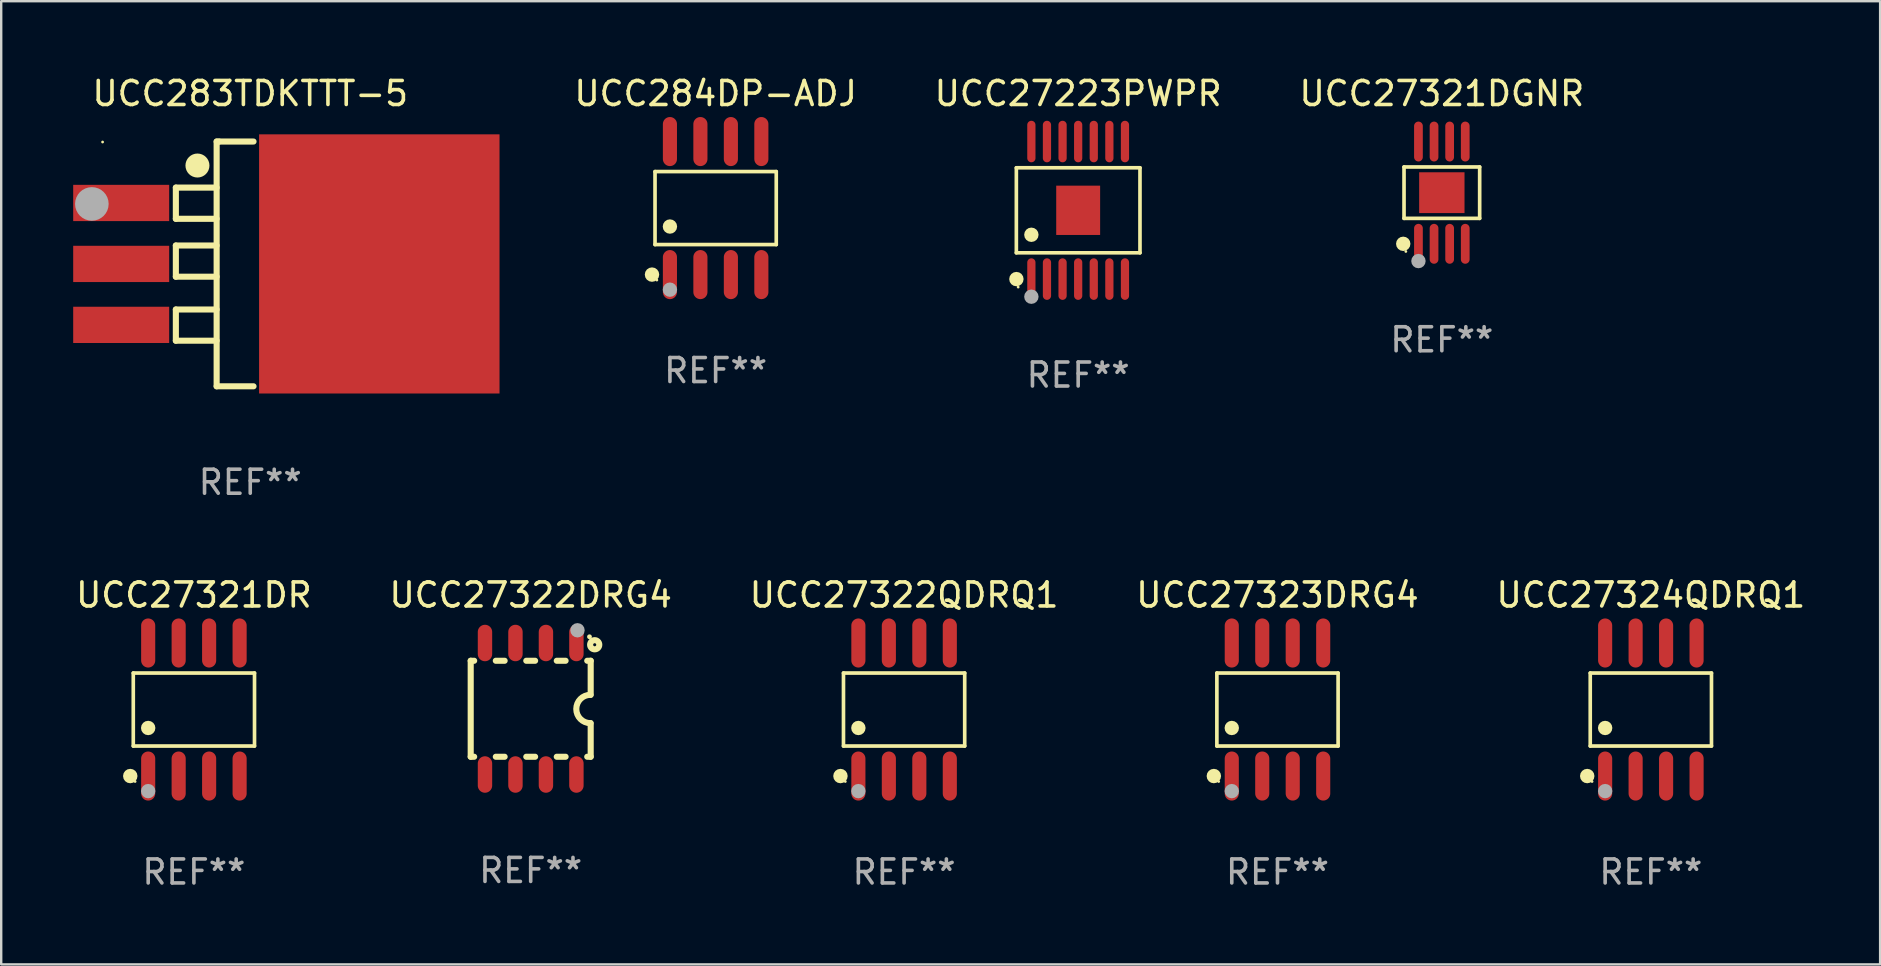
<source format=kicad_pcb>
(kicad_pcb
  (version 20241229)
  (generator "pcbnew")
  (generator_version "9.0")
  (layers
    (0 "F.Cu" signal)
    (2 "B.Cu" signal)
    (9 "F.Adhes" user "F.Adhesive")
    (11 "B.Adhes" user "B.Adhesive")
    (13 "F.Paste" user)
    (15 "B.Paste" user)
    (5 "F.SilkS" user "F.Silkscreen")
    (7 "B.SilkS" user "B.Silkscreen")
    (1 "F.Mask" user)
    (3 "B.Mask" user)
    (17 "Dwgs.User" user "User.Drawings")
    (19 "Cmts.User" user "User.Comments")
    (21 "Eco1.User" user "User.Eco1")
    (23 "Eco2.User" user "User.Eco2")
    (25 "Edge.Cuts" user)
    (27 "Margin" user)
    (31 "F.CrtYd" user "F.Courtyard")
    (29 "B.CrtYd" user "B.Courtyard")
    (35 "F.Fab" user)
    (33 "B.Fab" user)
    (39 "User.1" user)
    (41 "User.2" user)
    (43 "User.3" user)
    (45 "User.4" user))
  (footprint "UCC27323DRG4"
    (layer "F.Cu")
    (at 50.185 26.517)
    (property "Reference" "UCC27323DRG4" (at 0 -4.772 0) (layer "F.SilkS") (effects (font (size 1 1) (thickness 0.15))))
    (attr through_hole)
    (fp_line (start -2.526 -1.521) (end 2.526 -1.521) (stroke (width 0.152) (type solid)) (layer "F.SilkS"))
    (fp_line (start -2.526 1.521) (end -2.526 -1.521) (stroke (width 0.152) (type solid)) (layer "F.SilkS"))
    (fp_line (start 2.526 -1.521) (end 2.526 1.521) (stroke (width 0.152) (type solid)) (layer "F.SilkS"))
    (fp_line (start 2.526 1.521) (end -2.526 1.521) (stroke (width 0.152) (type solid)) (layer "F.SilkS"))
    (fp_circle (center -2.652 2.772) (end -2.501 2.772) (stroke (width 0.3) (type solid)) (fill no) (layer "F.SilkS"))
    (fp_circle (center -2.45 3) (end -2.42 3) (stroke (width 0.06) (type solid)) (fill no) (layer "F.SilkS"))
    (fp_circle (center -1.905 0.769) (end -1.755 0.769) (stroke (width 0.3) (type solid)) (fill no) (layer "F.SilkS"))
    (fp_circle (center -1.905 3.4) (end -1.755 3.4) (stroke (width 0.3) (type solid)) (fill no) (layer "F.Fab"))
    (fp_text user "REF**" (at 0 6.772 0) (layer "F.Fab") (effects (font (size 1 1) (thickness 0.15))))
    (pad "1" smd oval (at -1.905 2.772) (size 0.588 2.045) (layers "F.Cu" "F.Mask" "F.Paste"))
    (pad "2" smd oval (at -0.635 2.772) (size 0.588 2.045) (layers "F.Cu" "F.Mask" "F.Paste"))
    (pad "3" smd oval (at 0.635 2.772) (size 0.588 2.045) (layers "F.Cu" "F.Mask" "F.Paste"))
    (pad "4" smd oval (at 1.905 2.772) (size 0.588 2.045) (layers "F.Cu" "F.Mask" "F.Paste"))
    (pad "5" smd oval (at 1.905 -2.772) (size 0.588 2.045) (layers "F.Cu" "F.Mask" "F.Paste"))
    (pad "6" smd oval (at 0.635 -2.772) (size 0.588 2.045) (layers "F.Cu" "F.Mask" "F.Paste"))
    (pad "7" smd oval (at -0.635 -2.772) (size 0.588 2.045) (layers "F.Cu" "F.Mask" "F.Paste"))
    (pad "8" smd oval (at -1.905 -2.772) (size 0.588 2.045) (layers "F.Cu" "F.Mask" "F.Paste")))
  (footprint "UCC284DP-ADJ"
    (layer "F.Cu")
    (at 26.772 5.621)
    (property "Reference" "UCC284DP-ADJ" (at 0 -4.772 0) (layer "F.SilkS") (effects (font (size 1 1) (thickness 0.15))))
    (attr through_hole)
    (fp_line (start -2.526 -1.521) (end 2.526 -1.521) (stroke (width 0.152) (type solid)) (layer "F.SilkS"))
    (fp_line (start -2.526 1.521) (end -2.526 -1.521) (stroke (width 0.152) (type solid)) (layer "F.SilkS"))
    (fp_line (start 2.526 -1.521) (end 2.526 1.521) (stroke (width 0.152) (type solid)) (layer "F.SilkS"))
    (fp_line (start 2.526 1.521) (end -2.526 1.521) (stroke (width 0.152) (type solid)) (layer "F.SilkS"))
    (fp_circle (center -2.652 2.772) (end -2.501 2.772) (stroke (width 0.3) (type solid)) (fill no) (layer "F.SilkS"))
    (fp_circle (center -2.45 3) (end -2.42 3) (stroke (width 0.06) (type solid)) (fill no) (layer "F.SilkS"))
    (fp_circle (center -1.905 0.769) (end -1.755 0.769) (stroke (width 0.3) (type solid)) (fill no) (layer "F.SilkS"))
    (fp_circle (center -1.905 3.4) (end -1.755 3.4) (stroke (width 0.3) (type solid)) (fill no) (layer "F.Fab"))
    (fp_text user "REF**" (at 0 6.772 0) (layer "F.Fab") (effects (font (size 1 1) (thickness 0.15))))
    (pad "1" smd oval (at -1.905 2.772) (size 0.588 2.045) (layers "F.Cu" "F.Mask" "F.Paste"))
    (pad "2" smd oval (at -0.635 2.772) (size 0.588 2.045) (layers "F.Cu" "F.Mask" "F.Paste"))
    (pad "3" smd oval (at 0.635 2.772) (size 0.588 2.045) (layers "F.Cu" "F.Mask" "F.Paste"))
    (pad "4" smd oval (at 1.905 2.772) (size 0.588 2.045) (layers "F.Cu" "F.Mask" "F.Paste"))
    (pad "5" smd oval (at 1.905 -2.772) (size 0.588 2.045) (layers "F.Cu" "F.Mask" "F.Paste"))
    (pad "6" smd oval (at 0.635 -2.772) (size 0.588 2.045) (layers "F.Cu" "F.Mask" "F.Paste"))
    (pad "7" smd oval (at -0.635 -2.772) (size 0.588 2.045) (layers "F.Cu" "F.Mask" "F.Paste"))
    (pad "8" smd oval (at -1.905 -2.772) (size 0.588 2.045) (layers "F.Cu" "F.Mask" "F.Paste")))
  (footprint "UCC27322DRG4"
    (layer "F.Cu")
    (at 19.065 26.485)
    (property "Reference" "UCC27322DRG4" (at 0 -4.74 0) (layer "F.SilkS") (effects (font (size 1 1) (thickness 0.15))))
    (attr through_hole)
    (fp_line (start -2.5 2) (end -2.5 -2) (stroke (width 0.254) (type solid)) (layer "F.SilkS"))
    (fp_line (start -2.356 -2) (end -2.5 -2) (stroke (width 0.254) (type solid)) (layer "F.SilkS"))
    (fp_line (start -2.356 2) (end -2.5 2) (stroke (width 0.254) (type solid)) (layer "F.SilkS"))
    (fp_line (start -1.086 -2) (end -1.454 -2) (stroke (width 0.254) (type solid)) (layer "F.SilkS"))
    (fp_line (start -1.086 2) (end -1.454 2) (stroke (width 0.254) (type solid)) (layer "F.SilkS"))
    (fp_line (start 0.184 -2) (end -0.184 -2) (stroke (width 0.254) (type solid)) (layer "F.SilkS"))
    (fp_line (start 0.184 2) (end -0.184 2) (stroke (width 0.254) (type solid)) (layer "F.SilkS"))
    (fp_line (start 1.454 -2) (end 1.086 -2) (stroke (width 0.254) (type solid)) (layer "F.SilkS"))
    (fp_line (start 1.454 2) (end 1.086 2) (stroke (width 0.254) (type solid)) (layer "F.SilkS"))
    (fp_line (start 2.5 -2) (end 2.356 -2) (stroke (width 0.254) (type solid)) (layer "F.SilkS"))
    (fp_line (start 2.5 -0.58) (end 2.5 -2) (stroke (width 0.254) (type solid)) (layer "F.SilkS"))
    (fp_line (start 2.5 2) (end 2.356 2) (stroke (width 0.254) (type solid)) (layer "F.SilkS"))
    (fp_line (start 2.5 2) (end 2.5 0.6) (stroke (width 0.254) (type solid)) (layer "F.SilkS"))
    (fp_arc (start 2.489992 0.600051) (mid 1.901674 0.010046) (end 2.489992 -0.579959) (stroke (width 0.254001) (type solid)) (layer "F.SilkS"))
    (fp_circle (center 2.45 -3) (end 2.5 -3) (stroke (width 0.1) (type solid)) (fill no) (layer "F.SilkS"))
    (fp_circle (center 2.667 -2.667) (end 2.858 -2.667) (stroke (width 0.254) (type solid)) (fill no) (layer "F.SilkS"))
    (fp_circle (center 1.95 -3.27) (end 2.1 -3.27) (stroke (width 0.3) (type solid)) (fill no) (layer "F.Fab"))
    (fp_text user "REF**" (at 0 6.74 0) (layer "F.Fab") (effects (font (size 1 1) (thickness 0.15))))
    (pad "1" smd oval (at 1.905 -2.74) (size 0.6 1.52) (layers "F.Cu" "F.Mask" "F.Paste"))
    (pad "2" smd oval (at 0.635 -2.74) (size 0.6 1.52) (layers "F.Cu" "F.Mask" "F.Paste"))
    (pad "3" smd oval (at -0.635 -2.74) (size 0.6 1.52) (layers "F.Cu" "F.Mask" "F.Paste"))
    (pad "4" smd oval (at -1.905 -2.74) (size 0.6 1.52) (layers "F.Cu" "F.Mask" "F.Paste"))
    (pad "5" smd oval (at -1.905 2.74) (size 0.6 1.52) (layers "F.Cu" "F.Mask" "F.Paste"))
    (pad "6" smd oval (at -0.635 2.74) (size 0.6 1.52) (layers "F.Cu" "F.Mask" "F.Paste"))
    (pad "7" smd oval (at 0.635 2.74) (size 0.6 1.52) (layers "F.Cu" "F.Mask" "F.Paste"))
    (pad "8" smd oval (at 1.905 2.74) (size 0.6 1.52) (layers "F.Cu" "F.Mask" "F.Paste")))
  (footprint "UCC27321DR"
    (layer "F.Cu")
    (at 5.03 26.517)
    (property "Reference" "UCC27321DR" (at 0 -4.772 0) (layer "F.SilkS") (effects (font (size 1 1) (thickness 0.15))))
    (attr through_hole)
    (fp_line (start -2.526 -1.521) (end 2.526 -1.521) (stroke (width 0.152) (type solid)) (layer "F.SilkS"))
    (fp_line (start -2.526 1.521) (end -2.526 -1.521) (stroke (width 0.152) (type solid)) (layer "F.SilkS"))
    (fp_line (start 2.526 -1.521) (end 2.526 1.521) (stroke (width 0.152) (type solid)) (layer "F.SilkS"))
    (fp_line (start 2.526 1.521) (end -2.526 1.521) (stroke (width 0.152) (type solid)) (layer "F.SilkS"))
    (fp_circle (center -2.652 2.772) (end -2.501 2.772) (stroke (width 0.3) (type solid)) (fill no) (layer "F.SilkS"))
    (fp_circle (center -2.45 3) (end -2.42 3) (stroke (width 0.06) (type solid)) (fill no) (layer "F.SilkS"))
    (fp_circle (center -1.905 0.769) (end -1.755 0.769) (stroke (width 0.3) (type solid)) (fill no) (layer "F.SilkS"))
    (fp_circle (center -1.905 3.4) (end -1.755 3.4) (stroke (width 0.3) (type solid)) (fill no) (layer "F.Fab"))
    (fp_text user "REF**" (at 0 6.772 0) (layer "F.Fab") (effects (font (size 1 1) (thickness 0.15))))
    (pad "1" smd oval (at -1.905 2.772) (size 0.588 2.045) (layers "F.Cu" "F.Mask" "F.Paste"))
    (pad "2" smd oval (at -0.635 2.772) (size 0.588 2.045) (layers "F.Cu" "F.Mask" "F.Paste"))
    (pad "3" smd oval (at 0.635 2.772) (size 0.588 2.045) (layers "F.Cu" "F.Mask" "F.Paste"))
    (pad "4" smd oval (at 1.905 2.772) (size 0.588 2.045) (layers "F.Cu" "F.Mask" "F.Paste"))
    (pad "5" smd oval (at 1.905 -2.772) (size 0.588 2.045) (layers "F.Cu" "F.Mask" "F.Paste"))
    (pad "6" smd oval (at 0.635 -2.772) (size 0.588 2.045) (layers "F.Cu" "F.Mask" "F.Paste"))
    (pad "7" smd oval (at -0.635 -2.772) (size 0.588 2.045) (layers "F.Cu" "F.Mask" "F.Paste"))
    (pad "8" smd oval (at -1.905 -2.772) (size 0.588 2.045) (layers "F.Cu" "F.Mask" "F.Paste")))
  (footprint "UCC27322QDRQ1"
    (layer "F.Cu")
    (at 34.625 26.517)
    (property "Reference" "UCC27322QDRQ1" (at 0 -4.772 0) (layer "F.SilkS") (effects (font (size 1 1) (thickness 0.15))))
    (attr through_hole)
    (fp_line (start -2.526 -1.521) (end 2.526 -1.521) (stroke (width 0.152) (type solid)) (layer "F.SilkS"))
    (fp_line (start -2.526 1.521) (end -2.526 -1.521) (stroke (width 0.152) (type solid)) (layer "F.SilkS"))
    (fp_line (start 2.526 -1.521) (end 2.526 1.521) (stroke (width 0.152) (type solid)) (layer "F.SilkS"))
    (fp_line (start 2.526 1.521) (end -2.526 1.521) (stroke (width 0.152) (type solid)) (layer "F.SilkS"))
    (fp_circle (center -2.652 2.772) (end -2.501 2.772) (stroke (width 0.3) (type solid)) (fill no) (layer "F.SilkS"))
    (fp_circle (center -2.45 3) (end -2.42 3) (stroke (width 0.06) (type solid)) (fill no) (layer "F.SilkS"))
    (fp_circle (center -1.905 0.769) (end -1.755 0.769) (stroke (width 0.3) (type solid)) (fill no) (layer "F.SilkS"))
    (fp_circle (center -1.905 3.4) (end -1.755 3.4) (stroke (width 0.3) (type solid)) (fill no) (layer "F.Fab"))
    (fp_text user "REF**" (at 0 6.772 0) (layer "F.Fab") (effects (font (size 1 1) (thickness 0.15))))
    (pad "1" smd oval (at -1.905 2.772) (size 0.588 2.045) (layers "F.Cu" "F.Mask" "F.Paste"))
    (pad "2" smd oval (at -0.635 2.772) (size 0.588 2.045) (layers "F.Cu" "F.Mask" "F.Paste"))
    (pad "3" smd oval (at 0.635 2.772) (size 0.588 2.045) (layers "F.Cu" "F.Mask" "F.Paste"))
    (pad "4" smd oval (at 1.905 2.772) (size 0.588 2.045) (layers "F.Cu" "F.Mask" "F.Paste"))
    (pad "5" smd oval (at 1.905 -2.772) (size 0.588 2.045) (layers "F.Cu" "F.Mask" "F.Paste"))
    (pad "6" smd oval (at 0.635 -2.772) (size 0.588 2.045) (layers "F.Cu" "F.Mask" "F.Paste"))
    (pad "7" smd oval (at -0.635 -2.772) (size 0.588 2.045) (layers "F.Cu" "F.Mask" "F.Paste"))
    (pad "8" smd oval (at -1.905 -2.772) (size 0.588 2.045) (layers "F.Cu" "F.Mask" "F.Paste")))
  (footprint "UCC27321DGNR"
    (layer "F.Cu")
    (at 57.034 4.979)
    (property "Reference" "UCC27321DGNR" (at 0 -4.131 0) (layer "F.SilkS") (effects (font (size 1 1) (thickness 0.15))))
    (attr through_hole)
    (fp_line (start -1.576 -1.071) (end 1.576 -1.071) (stroke (width 0.152) (type solid)) (layer "F.SilkS"))
    (fp_line (start -1.576 1.071) (end -1.576 -1.071) (stroke (width 0.152) (type solid)) (layer "F.SilkS"))
    (fp_line (start 1.576 -1.071) (end 1.576 1.071) (stroke (width 0.152) (type solid)) (layer "F.SilkS"))
    (fp_line (start 1.576 1.071) (end -1.576 1.071) (stroke (width 0.152) (type solid)) (layer "F.SilkS"))
    (fp_circle (center -1.609 2.131) (end -1.459 2.131) (stroke (width 0.3) (type solid)) (fill no) (layer "F.SilkS"))
    (fp_circle (center -1.5 2.45) (end -1.47 2.45) (stroke (width 0.06) (type solid)) (fill no) (layer "F.SilkS"))
    (fp_circle (center -0.975 2.85) (end -0.825 2.85) (stroke (width 0.3) (type solid)) (fill no) (layer "F.Fab"))
    (fp_text user "REF**" (at 0 6.131 0) (layer "F.Fab") (effects (font (size 1 1) (thickness 0.15))))
    (pad "1" smd oval (at -0.975 2.131) (size 0.364 1.662) (layers "F.Cu" "F.Mask" "F.Paste"))
    (pad "2" smd oval (at -0.325 2.131) (size 0.364 1.662) (layers "F.Cu" "F.Mask" "F.Paste"))
    (pad "3" smd oval (at 0.325 2.131) (size 0.364 1.662) (layers "F.Cu" "F.Mask" "F.Paste"))
    (pad "4" smd oval (at 0.975 2.131) (size 0.364 1.662) (layers "F.Cu" "F.Mask" "F.Paste"))
    (pad "5" smd oval (at 0.975 -2.131) (size 0.364 1.662) (layers "F.Cu" "F.Mask" "F.Paste"))
    (pad "6" smd oval (at 0.325 -2.131) (size 0.364 1.662) (layers "F.Cu" "F.Mask" "F.Paste"))
    (pad "7" smd oval (at -0.325 -2.131) (size 0.364 1.662) (layers "F.Cu" "F.Mask" "F.Paste"))
    (pad "8" smd oval (at -0.975 -2.131) (size 0.364 1.662) (layers "F.Cu" "F.Mask" "F.Paste"))
    (pad "9" smd rect (at 0 0) (size 1.89 1.7) (layers "F.Cu" "F.Mask" "F.Paste")))
  (footprint "UCC27324QDRQ1"
    (layer "F.Cu")
    (at 65.744 26.517)
    (property "Reference" "UCC27324QDRQ1" (at 0 -4.772 0) (layer "F.SilkS") (effects (font (size 1 1) (thickness 0.15))))
    (attr through_hole)
    (fp_line (start -2.526 -1.521) (end 2.526 -1.521) (stroke (width 0.152) (type solid)) (layer "F.SilkS"))
    (fp_line (start -2.526 1.521) (end -2.526 -1.521) (stroke (width 0.152) (type solid)) (layer "F.SilkS"))
    (fp_line (start 2.526 -1.521) (end 2.526 1.521) (stroke (width 0.152) (type solid)) (layer "F.SilkS"))
    (fp_line (start 2.526 1.521) (end -2.526 1.521) (stroke (width 0.152) (type solid)) (layer "F.SilkS"))
    (fp_circle (center -2.652 2.772) (end -2.501 2.772) (stroke (width 0.3) (type solid)) (fill no) (layer "F.SilkS"))
    (fp_circle (center -2.45 3) (end -2.42 3) (stroke (width 0.06) (type solid)) (fill no) (layer "F.SilkS"))
    (fp_circle (center -1.905 0.769) (end -1.755 0.769) (stroke (width 0.3) (type solid)) (fill no) (layer "F.SilkS"))
    (fp_circle (center -1.905 3.4) (end -1.755 3.4) (stroke (width 0.3) (type solid)) (fill no) (layer "F.Fab"))
    (fp_text user "REF**" (at 0 6.772 0) (layer "F.Fab") (effects (font (size 1 1) (thickness 0.15))))
    (pad "1" smd oval (at -1.905 2.772) (size 0.588 2.045) (layers "F.Cu" "F.Mask" "F.Paste"))
    (pad "2" smd oval (at -0.635 2.772) (size 0.588 2.045) (layers "F.Cu" "F.Mask" "F.Paste"))
    (pad "3" smd oval (at 0.635 2.772) (size 0.588 2.045) (layers "F.Cu" "F.Mask" "F.Paste"))
    (pad "4" smd oval (at 1.905 2.772) (size 0.588 2.045) (layers "F.Cu" "F.Mask" "F.Paste"))
    (pad "5" smd oval (at 1.905 -2.772) (size 0.588 2.045) (layers "F.Cu" "F.Mask" "F.Paste"))
    (pad "6" smd oval (at 0.635 -2.772) (size 0.588 2.045) (layers "F.Cu" "F.Mask" "F.Paste"))
    (pad "7" smd oval (at -0.635 -2.772) (size 0.588 2.045) (layers "F.Cu" "F.Mask" "F.Paste"))
    (pad "8" smd oval (at -1.905 -2.772) (size 0.588 2.045) (layers "F.Cu" "F.Mask" "F.Paste")))
  (footprint "UCC283TDKTTT-5"
    (layer "F.Cu")
    (at 7.378 7.948)
    (property "Reference" "UCC283TDKTTT-5" (at 0 -7.1 0) (layer "F.SilkS") (effects (font (size 1 1) (thickness 0.15))))
    (attr through_hole)
    (fp_line (start -3.1 -3.18) (end -3.1 -1.88) (stroke (width 0.254) (type solid)) (layer "F.SilkS"))
    (fp_line (start -3.1 -1.88) (end -1.401 -1.88) (stroke (width 0.254) (type solid)) (layer "F.SilkS"))
    (fp_line (start -3.1 -0.767) (end -3.1 0.533) (stroke (width 0.254) (type solid)) (layer "F.SilkS"))
    (fp_line (start -3.1 0.533) (end -1.401 0.533) (stroke (width 0.254) (type solid)) (layer "F.SilkS"))
    (fp_line (start -3.1 1.9) (end -3.1 3.2) (stroke (width 0.254) (type solid)) (layer "F.SilkS"))
    (fp_line (start -3.1 3.2) (end -1.401 3.2) (stroke (width 0.254) (type solid)) (layer "F.SilkS"))
    (fp_line (start -1.401 -3.18) (end -3.1 -3.18) (stroke (width 0.254) (type solid)) (layer "F.SilkS"))
    (fp_line (start -1.401 -0.767) (end -3.1 -0.767) (stroke (width 0.254) (type solid)) (layer "F.SilkS"))
    (fp_line (start -1.401 1.9) (end -3.1 1.9) (stroke (width 0.254) (type solid)) (layer "F.SilkS"))
    (fp_line (start -1.4 -5.1) (end -1.4 5.1) (stroke (width 0.254) (type solid)) (layer "F.SilkS"))
    (fp_line (start -1.4 5.1) (end 0.137 5.1) (stroke (width 0.254) (type solid)) (layer "F.SilkS"))
    (fp_line (start -1.3 -5.1) (end -1.4 -5.1) (stroke (width 0.254) (type solid)) (layer "F.SilkS"))
    (fp_line (start 0.137 -5.1) (end -1.3 -5.1) (stroke (width 0.254) (type solid)) (layer "F.SilkS"))
    (fp_circle (center -6.153 -5.08) (end -6.123 -5.08) (stroke (width 0.06) (type solid)) (fill no) (layer "F.SilkS"))
    (fp_circle (center -2.2 -4.1) (end -1.95 -4.1) (stroke (width 0.5) (type solid)) (fill no) (layer "F.SilkS"))
    (fp_circle (center -6.6 -2.5) (end -6.25 -2.5) (stroke (width 0.7) (type solid)) (fill no) (layer "F.Fab"))
    (fp_text user "REF**" (at 0 9.1 0) (layer "F.Fab") (effects (font (size 1 1) (thickness 0.15))))
    (pad "1" smd rect (at -5.378 -2.54) (size 4 1.511) (layers "F.Cu" "F.Mask" "F.Paste"))
    (pad "2" smd rect (at -5.378 0) (size 4 1.511) (layers "F.Cu" "F.Mask" "F.Paste"))
    (pad "3" smd rect (at -5.378 2.54) (size 4 1.511) (layers "F.Cu" "F.Mask" "F.Paste"))
    (pad "4" smd rect (at 5.378 0) (size 10.02 10.8) (layers "F.Cu" "F.Mask" "F.Paste")))
  (footprint "UCC27223PWPR"
    (layer "F.Cu")
    (at 41.879 5.714)
    (property "Reference" "UCC27223PWPR" (at 0 -4.866 0) (layer "F.SilkS") (effects (font (size 1 1) (thickness 0.15))))
    (attr through_hole)
    (fp_line (start -2.576 -1.772) (end 2.576 -1.772) (stroke (width 0.152) (type solid)) (layer "F.SilkS"))
    (fp_line (start -2.576 1.771) (end -2.576 -1.772) (stroke (width 0.152) (type solid)) (layer "F.SilkS"))
    (fp_line (start 2.576 -1.772) (end 2.576 1.771) (stroke (width 0.152) (type solid)) (layer "F.SilkS"))
    (fp_line (start 2.576 1.771) (end -2.576 1.771) (stroke (width 0.152) (type solid)) (layer "F.SilkS"))
    (fp_circle (center -2.574 2.866) (end -2.424 2.866) (stroke (width 0.3) (type solid)) (fill no) (layer "F.SilkS"))
    (fp_circle (center -2.5 3.2) (end -2.47 3.2) (stroke (width 0.06) (type solid)) (fill no) (layer "F.SilkS"))
    (fp_circle (center -1.95 1.019) (end -1.8 1.019) (stroke (width 0.3) (type solid)) (fill no) (layer "F.SilkS"))
    (fp_circle (center -1.95 3.6) (end -1.8 3.6) (stroke (width 0.3) (type solid)) (fill no) (layer "F.Fab"))
    (fp_text user "REF**" (at 0 6.866 0) (layer "F.Fab") (effects (font (size 1 1) (thickness 0.15))))
    (pad "1" smd oval (at -1.95 2.866) (size 0.343 1.731) (layers "F.Cu" "F.Mask" "F.Paste"))
    (pad "2" smd oval (at -1.3 2.866) (size 0.343 1.731) (layers "F.Cu" "F.Mask" "F.Paste"))
    (pad "3" smd oval (at -0.65 2.866) (size 0.343 1.731) (layers "F.Cu" "F.Mask" "F.Paste"))
    (pad "4" smd oval (at 0 2.866) (size 0.343 1.731) (layers "F.Cu" "F.Mask" "F.Paste"))
    (pad "5" smd oval (at 0.65 2.866) (size 0.343 1.731) (layers "F.Cu" "F.Mask" "F.Paste"))
    (pad "6" smd oval (at 1.3 2.866) (size 0.343 1.731) (layers "F.Cu" "F.Mask" "F.Paste"))
    (pad "7" smd oval (at 1.95 2.866) (size 0.343 1.731) (layers "F.Cu" "F.Mask" "F.Paste"))
    (pad "8" smd oval (at 1.95 -2.866) (size 0.343 1.731) (layers "F.Cu" "F.Mask" "F.Paste"))
    (pad "9" smd oval (at 1.3 -2.866) (size 0.343 1.731) (layers "F.Cu" "F.Mask" "F.Paste"))
    (pad "10" smd oval (at 0.65 -2.866) (size 0.343 1.731) (layers "F.Cu" "F.Mask" "F.Paste"))
    (pad "11" smd oval (at 0 -2.866) (size 0.343 1.731) (layers "F.Cu" "F.Mask" "F.Paste"))
    (pad "12" smd oval (at -0.65 -2.866) (size 0.343 1.731) (layers "F.Cu" "F.Mask" "F.Paste"))
    (pad "13" smd oval (at -1.3 -2.866) (size 0.343 1.731) (layers "F.Cu" "F.Mask" "F.Paste"))
    (pad "14" smd oval (at -1.95 -2.866) (size 0.343 1.731) (layers "F.Cu" "F.Mask" "F.Paste"))
    (pad "15" smd rect (at 0 -0.000127) (size 1.83 2.055) (layers "F.Cu" "F.Mask" "F.Paste")))
  (gr_rect
    (start -3 -3)
    (end 75.298 37.138)
    (stroke (width 0.1) (type default))
    (fill no)
    (layer "Edge.Cuts")))
</source>
